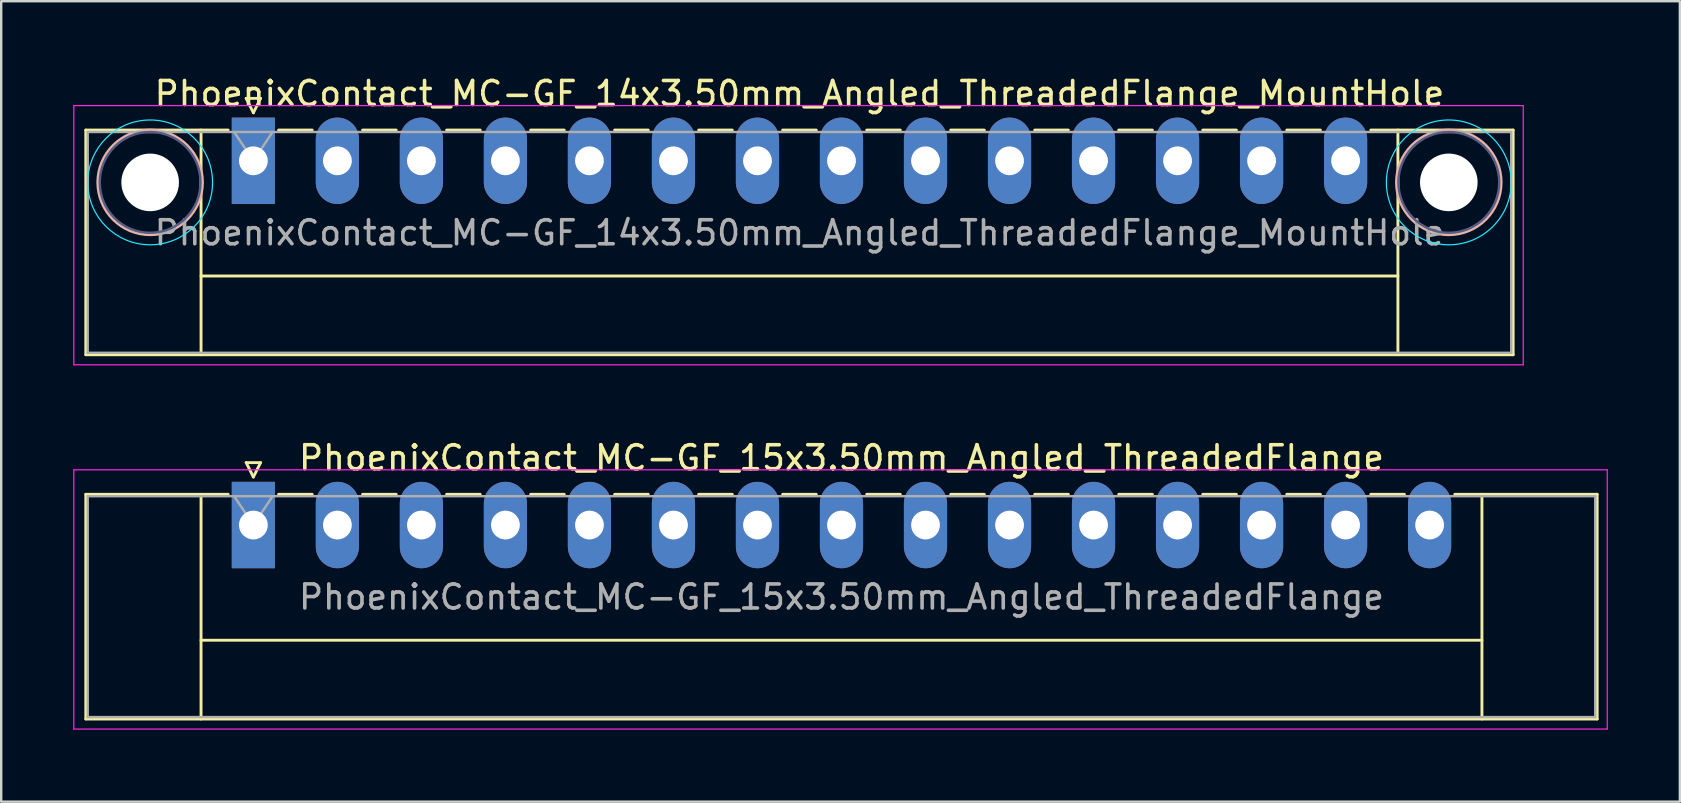
<source format=kicad_pcb>
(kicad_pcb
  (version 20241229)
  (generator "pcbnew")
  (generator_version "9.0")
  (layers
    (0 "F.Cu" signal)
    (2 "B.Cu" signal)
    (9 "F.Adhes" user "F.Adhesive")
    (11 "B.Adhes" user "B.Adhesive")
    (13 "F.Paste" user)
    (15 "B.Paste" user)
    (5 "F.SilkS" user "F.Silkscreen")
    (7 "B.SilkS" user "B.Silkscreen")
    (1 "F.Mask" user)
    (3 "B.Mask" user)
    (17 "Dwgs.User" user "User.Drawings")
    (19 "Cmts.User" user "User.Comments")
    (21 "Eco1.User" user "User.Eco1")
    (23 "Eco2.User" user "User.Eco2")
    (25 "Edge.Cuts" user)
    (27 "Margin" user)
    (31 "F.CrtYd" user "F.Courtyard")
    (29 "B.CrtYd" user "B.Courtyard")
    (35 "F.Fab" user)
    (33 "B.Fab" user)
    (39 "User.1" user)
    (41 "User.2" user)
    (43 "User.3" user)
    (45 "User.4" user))
  (footprint "PhoenixContact_MC-GF_15x3.50mm_Angled_ThreadedFlange"
    (layer "F.Cu")
    (at 7.505 18.822)
    (property "Reference" "PhoenixContact_MC-GF_15x3.50mm_Angled_ThreadedFlange" (at 24.5 -2.8 0) (layer "F.SilkS") (effects (font (size 1 1) (thickness 0.15))))
    (attr through_hole)
    (fp_line (start -6.98 -1.28) (end -6.98 8.08) (stroke (width 0.12) (type solid)) (layer "F.SilkS"))
    (fp_line (start -6.98 -1.28) (end -1.05 -1.28) (stroke (width 0.12) (type solid)) (layer "F.SilkS"))
    (fp_line (start -6.98 8.08) (end 55.98 8.08) (stroke (width 0.12) (type solid)) (layer "F.SilkS"))
    (fp_line (start -2.18 -1.28) (end -2.18 8.08) (stroke (width 0.12) (type solid)) (layer "F.SilkS"))
    (fp_line (start -2.18 4.8) (end 51.18 4.8) (stroke (width 0.12) (type solid)) (layer "F.SilkS"))
    (fp_line (start -0.3 -2.6) (end 0.3 -2.6) (stroke (width 0.12) (type solid)) (layer "F.SilkS"))
    (fp_line (start 0 -2) (end -0.3 -2.6) (stroke (width 0.12) (type solid)) (layer "F.SilkS"))
    (fp_line (start 0.3 -2.6) (end 0 -2) (stroke (width 0.12) (type solid)) (layer "F.SilkS"))
    (fp_line (start 1.05 -1.28) (end 2.45 -1.28) (stroke (width 0.12) (type solid)) (layer "F.SilkS"))
    (fp_line (start 4.55 -1.28) (end 5.95 -1.28) (stroke (width 0.12) (type solid)) (layer "F.SilkS"))
    (fp_line (start 8.05 -1.28) (end 9.45 -1.28) (stroke (width 0.12) (type solid)) (layer "F.SilkS"))
    (fp_line (start 11.55 -1.28) (end 12.95 -1.28) (stroke (width 0.12) (type solid)) (layer "F.SilkS"))
    (fp_line (start 15.05 -1.28) (end 16.45 -1.28) (stroke (width 0.12) (type solid)) (layer "F.SilkS"))
    (fp_line (start 18.55 -1.28) (end 19.95 -1.28) (stroke (width 0.12) (type solid)) (layer "F.SilkS"))
    (fp_line (start 22.05 -1.28) (end 23.45 -1.28) (stroke (width 0.12) (type solid)) (layer "F.SilkS"))
    (fp_line (start 25.55 -1.28) (end 26.95 -1.28) (stroke (width 0.12) (type solid)) (layer "F.SilkS"))
    (fp_line (start 29.05 -1.28) (end 30.45 -1.28) (stroke (width 0.12) (type solid)) (layer "F.SilkS"))
    (fp_line (start 32.55 -1.28) (end 33.95 -1.28) (stroke (width 0.12) (type solid)) (layer "F.SilkS"))
    (fp_line (start 36.05 -1.28) (end 37.45 -1.28) (stroke (width 0.12) (type solid)) (layer "F.SilkS"))
    (fp_line (start 39.55 -1.28) (end 40.95 -1.28) (stroke (width 0.12) (type solid)) (layer "F.SilkS"))
    (fp_line (start 43.05 -1.28) (end 44.45 -1.28) (stroke (width 0.12) (type solid)) (layer "F.SilkS"))
    (fp_line (start 46.55 -1.28) (end 47.95 -1.28) (stroke (width 0.12) (type solid)) (layer "F.SilkS"))
    (fp_line (start 51.18 -1.28) (end 51.18 8.08) (stroke (width 0.12) (type solid)) (layer "F.SilkS"))
    (fp_line (start 55.98 -1.28) (end 50.05 -1.28) (stroke (width 0.12) (type solid)) (layer "F.SilkS"))
    (fp_line (start 55.98 8.08) (end 55.98 -1.28) (stroke (width 0.12) (type solid)) (layer "F.SilkS"))
    (fp_line (start -7.48 -2.3) (end -7.48 8.5) (stroke (width 0.05) (type solid)) (layer "F.CrtYd"))
    (fp_line (start -7.48 8.5) (end 56.4 8.5) (stroke (width 0.05) (type solid)) (layer "F.CrtYd"))
    (fp_line (start 56.4 -2.3) (end -7.48 -2.3) (stroke (width 0.05) (type solid)) (layer "F.CrtYd"))
    (fp_line (start 56.4 8.5) (end 56.4 -2.3) (stroke (width 0.05) (type solid)) (layer "F.CrtYd"))
    (fp_line (start -6.9 -1.2) (end -6.9 8) (stroke (width 0.1) (type solid)) (layer "F.Fab"))
    (fp_line (start -6.9 8) (end 55.9 8) (stroke (width 0.1) (type solid)) (layer "F.Fab"))
    (fp_line (start 0 0) (end -0.8 -1.2) (stroke (width 0.1) (type solid)) (layer "F.Fab"))
    (fp_line (start 0.8 -1.2) (end 0 0) (stroke (width 0.1) (type solid)) (layer "F.Fab"))
    (fp_line (start 55.9 -1.2) (end -6.9 -1.2) (stroke (width 0.1) (type solid)) (layer "F.Fab"))
    (fp_line (start 55.9 8) (end 55.9 -1.2) (stroke (width 0.1) (type solid)) (layer "F.Fab"))
    (fp_text user "${REFERENCE}" (at 24.5 3 0) (layer "F.Fab") (effects (font (size 1 1) (thickness 0.15))))
    (pad "1" thru_hole rect (at 0 0) (size 1.8 3.6) (drill 1.2) (layers "*.Cu" "*.Mask"))
    (pad "2" thru_hole oval (at 3.5 0) (size 1.8 3.6) (drill 1.2) (layers "*.Cu" "*.Mask"))
    (pad "3" thru_hole oval (at 7 0) (size 1.8 3.6) (drill 1.2) (layers "*.Cu" "*.Mask"))
    (pad "4" thru_hole oval (at 10.5 0) (size 1.8 3.6) (drill 1.2) (layers "*.Cu" "*.Mask"))
    (pad "5" thru_hole oval (at 14 0) (size 1.8 3.6) (drill 1.2) (layers "*.Cu" "*.Mask"))
    (pad "6" thru_hole oval (at 17.5 0) (size 1.8 3.6) (drill 1.2) (layers "*.Cu" "*.Mask"))
    (pad "7" thru_hole oval (at 21 0) (size 1.8 3.6) (drill 1.2) (layers "*.Cu" "*.Mask"))
    (pad "8" thru_hole oval (at 24.5 0) (size 1.8 3.6) (drill 1.2) (layers "*.Cu" "*.Mask"))
    (pad "9" thru_hole oval (at 28 0) (size 1.8 3.6) (drill 1.2) (layers "*.Cu" "*.Mask"))
    (pad "10" thru_hole oval (at 31.5 0) (size 1.8 3.6) (drill 1.2) (layers "*.Cu" "*.Mask"))
    (pad "11" thru_hole oval (at 35 0) (size 1.8 3.6) (drill 1.2) (layers "*.Cu" "*.Mask"))
    (pad "12" thru_hole oval (at 38.5 0) (size 1.8 3.6) (drill 1.2) (layers "*.Cu" "*.Mask"))
    (pad "13" thru_hole oval (at 42 0) (size 1.8 3.6) (drill 1.2) (layers "*.Cu" "*.Mask"))
    (pad "14" thru_hole oval (at 45.5 0) (size 1.8 3.6) (drill 1.2) (layers "*.Cu" "*.Mask"))
    (pad "15" thru_hole oval (at 49 0) (size 1.8 3.6) (drill 1.2) (layers "*.Cu" "*.Mask")))
  (footprint "PhoenixContact_MC-GF_14x3.50mm_Angled_ThreadedFlange_MountHole"
    (layer "F.Cu")
    (at 7.505 3.648)
    (property "Reference" "PhoenixContact_MC-GF_14x3.50mm_Angled_ThreadedFlange_MountHole" (at 22.75 -2.8 0) (layer "F.SilkS") (effects (font (size 1 1) (thickness 0.15))))
    (attr through_hole)
    (fp_line (start -6.98 -1.28) (end -6.98 8.08) (stroke (width 0.12) (type solid)) (layer "F.SilkS"))
    (fp_line (start -6.98 -1.28) (end -1.05 -1.28) (stroke (width 0.12) (type solid)) (layer "F.SilkS"))
    (fp_line (start -6.98 8.08) (end 52.48 8.08) (stroke (width 0.12) (type solid)) (layer "F.SilkS"))
    (fp_line (start -2.18 -1.28) (end -2.18 8.08) (stroke (width 0.12) (type solid)) (layer "F.SilkS"))
    (fp_line (start -2.18 4.8) (end 47.68 4.8) (stroke (width 0.12) (type solid)) (layer "F.SilkS"))
    (fp_line (start -0.3 -2.6) (end 0.3 -2.6) (stroke (width 0.12) (type solid)) (layer "F.SilkS"))
    (fp_line (start 0 -2) (end -0.3 -2.6) (stroke (width 0.12) (type solid)) (layer "F.SilkS"))
    (fp_line (start 0.3 -2.6) (end 0 -2) (stroke (width 0.12) (type solid)) (layer "F.SilkS"))
    (fp_line (start 1.05 -1.28) (end 2.45 -1.28) (stroke (width 0.12) (type solid)) (layer "F.SilkS"))
    (fp_line (start 4.55 -1.28) (end 5.95 -1.28) (stroke (width 0.12) (type solid)) (layer "F.SilkS"))
    (fp_line (start 8.05 -1.28) (end 9.45 -1.28) (stroke (width 0.12) (type solid)) (layer "F.SilkS"))
    (fp_line (start 11.55 -1.28) (end 12.95 -1.28) (stroke (width 0.12) (type solid)) (layer "F.SilkS"))
    (fp_line (start 15.05 -1.28) (end 16.45 -1.28) (stroke (width 0.12) (type solid)) (layer "F.SilkS"))
    (fp_line (start 18.55 -1.28) (end 19.95 -1.28) (stroke (width 0.12) (type solid)) (layer "F.SilkS"))
    (fp_line (start 22.05 -1.28) (end 23.45 -1.28) (stroke (width 0.12) (type solid)) (layer "F.SilkS"))
    (fp_line (start 25.55 -1.28) (end 26.95 -1.28) (stroke (width 0.12) (type solid)) (layer "F.SilkS"))
    (fp_line (start 29.05 -1.28) (end 30.45 -1.28) (stroke (width 0.12) (type solid)) (layer "F.SilkS"))
    (fp_line (start 32.55 -1.28) (end 33.95 -1.28) (stroke (width 0.12) (type solid)) (layer "F.SilkS"))
    (fp_line (start 36.05 -1.28) (end 37.45 -1.28) (stroke (width 0.12) (type solid)) (layer "F.SilkS"))
    (fp_line (start 39.55 -1.28) (end 40.95 -1.28) (stroke (width 0.12) (type solid)) (layer "F.SilkS"))
    (fp_line (start 43.05 -1.28) (end 44.45 -1.28) (stroke (width 0.12) (type solid)) (layer "F.SilkS"))
    (fp_line (start 47.68 -1.28) (end 47.68 8.08) (stroke (width 0.12) (type solid)) (layer "F.SilkS"))
    (fp_line (start 52.48 -1.28) (end 46.55 -1.28) (stroke (width 0.12) (type solid)) (layer "F.SilkS"))
    (fp_line (start 52.48 8.08) (end 52.48 -1.28) (stroke (width 0.12) (type solid)) (layer "F.SilkS"))
    (fp_circle (center -4.3 0.9) (end -2.12 0.9) (stroke (width 0.12) (type solid)) (fill no) (layer "B.SilkS"))
    (fp_circle (center 49.8 0.9) (end 51.98 0.9) (stroke (width 0.12) (type solid)) (fill no) (layer "B.SilkS"))
    (fp_circle (center -4.3 0.9) (end -1.7 0.9) (stroke (width 0.05) (type solid)) (fill no) (layer "B.CrtYd"))
    (fp_circle (center 49.8 0.9) (end 52.4 0.9) (stroke (width 0.05) (type solid)) (fill no) (layer "B.CrtYd"))
    (fp_line (start -7.48 -2.3) (end -7.48 8.5) (stroke (width 0.05) (type solid)) (layer "F.CrtYd"))
    (fp_line (start -7.48 8.5) (end 52.9 8.5) (stroke (width 0.05) (type solid)) (layer "F.CrtYd"))
    (fp_line (start 52.9 -2.3) (end -7.48 -2.3) (stroke (width 0.05) (type solid)) (layer "F.CrtYd"))
    (fp_line (start 52.9 8.5) (end 52.9 -2.3) (stroke (width 0.05) (type solid)) (layer "F.CrtYd"))
    (fp_circle (center -4.3 0.9) (end -2.2 0.9) (stroke (width 0.1) (type solid)) (fill no) (layer "B.Fab"))
    (fp_circle (center 49.8 0.9) (end 51.9 0.9) (stroke (width 0.1) (type solid)) (fill no) (layer "B.Fab"))
    (fp_line (start -6.9 -1.2) (end -6.9 8) (stroke (width 0.1) (type solid)) (layer "F.Fab"))
    (fp_line (start -6.9 8) (end 52.4 8) (stroke (width 0.1) (type solid)) (layer "F.Fab"))
    (fp_line (start 0 0) (end -0.8 -1.2) (stroke (width 0.1) (type solid)) (layer "F.Fab"))
    (fp_line (start 0.8 -1.2) (end 0 0) (stroke (width 0.1) (type solid)) (layer "F.Fab"))
    (fp_line (start 52.4 -1.2) (end -6.9 -1.2) (stroke (width 0.1) (type solid)) (layer "F.Fab"))
    (fp_line (start 52.4 8) (end 52.4 -1.2) (stroke (width 0.1) (type solid)) (layer "F.Fab"))
    (fp_text user "${REFERENCE}" (at 22.75 3 0) (layer "F.Fab") (effects (font (size 1 1) (thickness 0.15))))
    (pad "" np_thru_hole circle (at -4.3 0.9) (size 2.4 2.4) (drill 2.4) (layers "*.Cu" "*.Mask"))
    (pad "" np_thru_hole circle (at 49.8 0.9) (size 2.4 2.4) (drill 2.4) (layers "*.Cu" "*.Mask"))
    (pad "1" thru_hole rect (at 0 0) (size 1.8 3.6) (drill 1.2) (layers "*.Cu" "*.Mask"))
    (pad "2" thru_hole oval (at 3.5 0) (size 1.8 3.6) (drill 1.2) (layers "*.Cu" "*.Mask"))
    (pad "3" thru_hole oval (at 7 0) (size 1.8 3.6) (drill 1.2) (layers "*.Cu" "*.Mask"))
    (pad "4" thru_hole oval (at 10.5 0) (size 1.8 3.6) (drill 1.2) (layers "*.Cu" "*.Mask"))
    (pad "5" thru_hole oval (at 14 0) (size 1.8 3.6) (drill 1.2) (layers "*.Cu" "*.Mask"))
    (pad "6" thru_hole oval (at 17.5 0) (size 1.8 3.6) (drill 1.2) (layers "*.Cu" "*.Mask"))
    (pad "7" thru_hole oval (at 21 0) (size 1.8 3.6) (drill 1.2) (layers "*.Cu" "*.Mask"))
    (pad "8" thru_hole oval (at 24.5 0) (size 1.8 3.6) (drill 1.2) (layers "*.Cu" "*.Mask"))
    (pad "9" thru_hole oval (at 28 0) (size 1.8 3.6) (drill 1.2) (layers "*.Cu" "*.Mask"))
    (pad "10" thru_hole oval (at 31.5 0) (size 1.8 3.6) (drill 1.2) (layers "*.Cu" "*.Mask"))
    (pad "11" thru_hole oval (at 35 0) (size 1.8 3.6) (drill 1.2) (layers "*.Cu" "*.Mask"))
    (pad "12" thru_hole oval (at 38.5 0) (size 1.8 3.6) (drill 1.2) (layers "*.Cu" "*.Mask"))
    (pad "13" thru_hole oval (at 42 0) (size 1.8 3.6) (drill 1.2) (layers "*.Cu" "*.Mask"))
    (pad "14" thru_hole oval (at 45.5 0) (size 1.8 3.6) (drill 1.2) (layers "*.Cu" "*.Mask")))
  (gr_rect
    (start -3 -3)
    (end 66.93 30.346)
    (stroke (width 0.1) (type default))
    (fill no)
    (layer "Edge.Cuts")))
</source>
